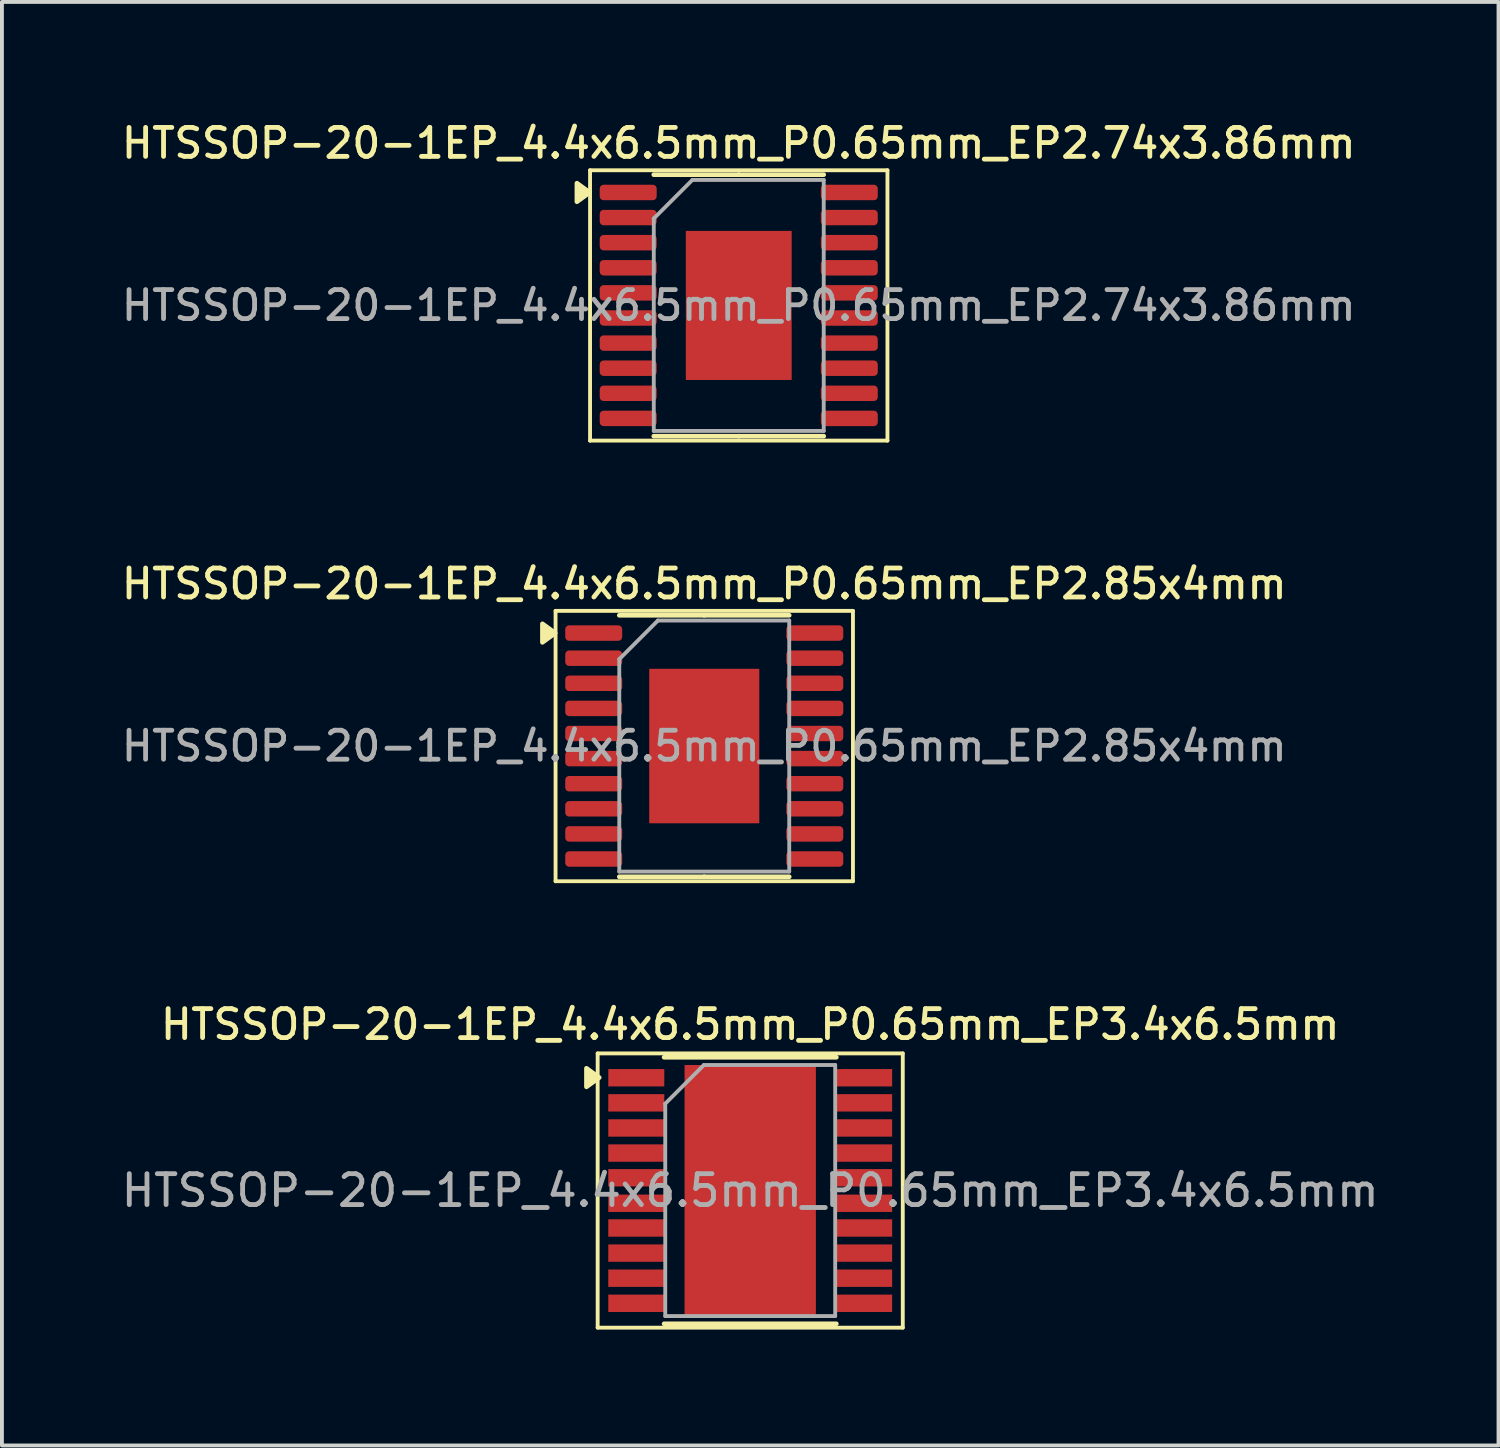
<source format=kicad_pcb>
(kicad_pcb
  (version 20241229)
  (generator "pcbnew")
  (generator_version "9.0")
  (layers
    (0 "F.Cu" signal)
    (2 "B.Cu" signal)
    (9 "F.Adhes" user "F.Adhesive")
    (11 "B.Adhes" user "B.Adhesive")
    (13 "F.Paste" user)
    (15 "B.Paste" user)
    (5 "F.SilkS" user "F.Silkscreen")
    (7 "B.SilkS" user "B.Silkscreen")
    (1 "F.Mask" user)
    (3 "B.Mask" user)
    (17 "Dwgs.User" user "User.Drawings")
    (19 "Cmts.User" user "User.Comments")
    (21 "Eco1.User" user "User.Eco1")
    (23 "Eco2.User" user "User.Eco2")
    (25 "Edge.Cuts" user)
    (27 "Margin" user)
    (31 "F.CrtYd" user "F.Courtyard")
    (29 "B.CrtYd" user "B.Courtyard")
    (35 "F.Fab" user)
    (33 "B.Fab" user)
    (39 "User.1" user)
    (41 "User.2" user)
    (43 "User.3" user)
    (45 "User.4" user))
  (footprint "HTSSOP-20-1EP_4.4x6.5mm_P0.65mm_EP3.4x6.5mm"
    (layer "F.Cu")
    (at 16.374 27.774)
    (property "Reference" "HTSSOP-20-1EP_4.4x6.5mm_P0.65mm_EP3.4x6.5mm" (at 0 -4.3 0) (layer "F.SilkS") (effects (font (size 0.75 0.75) (thickness 0.125))))
    (attr smd)
    (fp_line (start -3.95 -3.55) (end -3.95 3.55) (stroke (width 0.1) (type solid)) (layer "F.SilkS"))
    (fp_line (start -3.95 -3.55) (end 3.95 -3.55) (stroke (width 0.1) (type solid)) (layer "F.SilkS"))
    (fp_line (start -3.95 3.55) (end 3.95 3.55) (stroke (width 0.1) (type solid)) (layer "F.SilkS"))
    (fp_line (start -2.23 -3.45) (end 2.23 -3.45) (stroke (width 0.12) (type solid)) (layer "F.SilkS"))
    (fp_line (start -2.23 3.45) (end 2.23 3.45) (stroke (width 0.12) (type solid)) (layer "F.SilkS"))
    (fp_line (start 3.95 -3.55) (end 3.95 3.55) (stroke (width 0.1) (type solid)) (layer "F.SilkS"))
    (fp_poly (pts (xy -3.91 -2.925) (xy -4.24 -3.165) (xy -4.24 -2.685) (xy -3.91 -2.925)) (stroke (width 0.12) (type solid)) (fill yes) (layer "F.SilkS"))
    (fp_line (start -2.2 -2.25) (end -1.2 -3.25) (stroke (width 0.1) (type solid)) (layer "F.Fab"))
    (fp_line (start -2.2 3.25) (end -2.2 -2.25) (stroke (width 0.1) (type solid)) (layer "F.Fab"))
    (fp_line (start -1.2 -3.25) (end 2.2 -3.25) (stroke (width 0.1) (type solid)) (layer "F.Fab"))
    (fp_line (start 2.2 -3.25) (end 2.2 3.25) (stroke (width 0.1) (type solid)) (layer "F.Fab"))
    (fp_line (start 2.2 3.25) (end -2.2 3.25) (stroke (width 0.1) (type solid)) (layer "F.Fab"))
    (fp_text user "${REFERENCE}" (at 0 0 0) (layer "F.Fab") (effects (font (size 0.8 0.8) (thickness 0.125))))
    (pad "" smd rect (at -0.85 -2.438) (size 1.4 1.325) (layers "F.Paste"))
    (pad "" smd rect (at -0.85 -0.812) (size 1.4 1.325) (layers "F.Paste"))
    (pad "" smd rect (at -0.85 0.812) (size 1.4 1.325) (layers "F.Paste"))
    (pad "" smd rect (at -0.85 2.438) (size 1.4 1.325) (layers "F.Paste"))
    (pad "" smd rect (at 0.85 -2.438) (size 1.4 1.325) (layers "F.Paste"))
    (pad "" smd rect (at 0.85 -0.812) (size 1.4 1.325) (layers "F.Paste"))
    (pad "" smd rect (at 0.85 0.812) (size 1.4 1.325) (layers "F.Paste"))
    (pad "" smd rect (at 0.85 2.438) (size 1.4 1.325) (layers "F.Paste"))
    (pad "1" smd rect (at -2.95 -2.92) (size 1.45 0.45) (layers "F.Cu" "F.Mask" "F.Paste"))
    (pad "2" smd rect (at -2.95 -2.27) (size 1.45 0.45) (layers "F.Cu" "F.Mask" "F.Paste"))
    (pad "3" smd rect (at -2.95 -1.62) (size 1.45 0.45) (layers "F.Cu" "F.Mask" "F.Paste"))
    (pad "4" smd rect (at -2.95 -0.97) (size 1.45 0.45) (layers "F.Cu" "F.Mask" "F.Paste"))
    (pad "5" smd rect (at -2.95 -0.33) (size 1.45 0.45) (layers "F.Cu" "F.Mask" "F.Paste"))
    (pad "6" smd rect (at -2.95 0.33) (size 1.45 0.45) (layers "F.Cu" "F.Mask" "F.Paste"))
    (pad "7" smd rect (at -2.95 0.97) (size 1.45 0.45) (layers "F.Cu" "F.Mask" "F.Paste"))
    (pad "8" smd rect (at -2.95 1.62) (size 1.45 0.45) (layers "F.Cu" "F.Mask" "F.Paste"))
    (pad "9" smd rect (at -2.95 2.27) (size 1.45 0.45) (layers "F.Cu" "F.Mask" "F.Paste"))
    (pad "10" smd rect (at -2.95 2.92) (size 1.45 0.45) (layers "F.Cu" "F.Mask" "F.Paste"))
    (pad "11" smd rect (at 2.95 2.92) (size 1.45 0.45) (layers "F.Cu" "F.Mask" "F.Paste"))
    (pad "12" smd rect (at 2.95 2.27) (size 1.45 0.45) (layers "F.Cu" "F.Mask" "F.Paste"))
    (pad "13" smd rect (at 2.95 1.62) (size 1.45 0.45) (layers "F.Cu" "F.Mask" "F.Paste"))
    (pad "14" smd rect (at 2.95 0.97) (size 1.45 0.45) (layers "F.Cu" "F.Mask" "F.Paste"))
    (pad "15" smd rect (at 2.95 0.33) (size 1.45 0.45) (layers "F.Cu" "F.Mask" "F.Paste"))
    (pad "16" smd rect (at 2.95 -0.33) (size 1.45 0.45) (layers "F.Cu" "F.Mask" "F.Paste"))
    (pad "17" smd rect (at 2.95 -0.97) (size 1.45 0.45) (layers "F.Cu" "F.Mask" "F.Paste"))
    (pad "18" smd rect (at 2.95 -1.62) (size 1.45 0.45) (layers "F.Cu" "F.Mask" "F.Paste"))
    (pad "19" smd rect (at 2.95 -2.27) (size 1.45 0.45) (layers "F.Cu" "F.Mask" "F.Paste"))
    (pad "20" smd rect (at 2.95 -2.92) (size 1.45 0.45) (layers "F.Cu" "F.Mask" "F.Paste"))
    (pad "21" smd rect (at 0 0) (size 3.4 6.5) (layers "F.Cu" "F.Mask")))
  (footprint "HTSSOP-20-1EP_4.4x6.5mm_P0.65mm_EP2.74x3.86mm"
    (layer "F.Cu")
    (at 16.077 4.858)
    (property "Reference" "HTSSOP-20-1EP_4.4x6.5mm_P0.65mm_EP2.74x3.86mm" (at 0 -4.2 0) (layer "F.SilkS") (effects (font (size 0.75 0.75) (thickness 0.125))))
    (attr smd)
    (fp_line (start -3.85 -3.5) (end -3.85 3.5) (stroke (width 0.1) (type solid)) (layer "F.SilkS"))
    (fp_line (start -3.85 3.5) (end 3.85 3.5) (stroke (width 0.1) (type solid)) (layer "F.SilkS"))
    (fp_line (start 0 -3.385) (end -2.2 -3.385) (stroke (width 0.12) (type solid)) (layer "F.SilkS"))
    (fp_line (start 0 -3.385) (end 2.2 -3.385) (stroke (width 0.12) (type solid)) (layer "F.SilkS"))
    (fp_line (start 0 3.385) (end -2.2 3.385) (stroke (width 0.12) (type solid)) (layer "F.SilkS"))
    (fp_line (start 0 3.385) (end 2.2 3.385) (stroke (width 0.12) (type solid)) (layer "F.SilkS"))
    (fp_line (start 3.85 -3.5) (end -3.85 -3.5) (stroke (width 0.1) (type solid)) (layer "F.SilkS"))
    (fp_line (start 3.85 3.5) (end 3.85 -3.5) (stroke (width 0.1) (type solid)) (layer "F.SilkS"))
    (fp_poly (pts (xy -3.86 -2.925) (xy -4.19 -3.165) (xy -4.19 -2.685) (xy -3.86 -2.925)) (stroke (width 0.12) (type solid)) (fill yes) (layer "F.SilkS"))
    (fp_line (start -2.2 -2.25) (end -1.2 -3.25) (stroke (width 0.1) (type solid)) (layer "F.Fab"))
    (fp_line (start -2.2 3.25) (end -2.2 -2.25) (stroke (width 0.1) (type solid)) (layer "F.Fab"))
    (fp_line (start -1.2 -3.25) (end 2.2 -3.25) (stroke (width 0.1) (type solid)) (layer "F.Fab"))
    (fp_line (start 2.2 -3.25) (end 2.2 3.25) (stroke (width 0.1) (type solid)) (layer "F.Fab"))
    (fp_line (start 2.2 3.25) (end -2.2 3.25) (stroke (width 0.1) (type solid)) (layer "F.Fab"))
    (fp_text user "${REFERENCE}" (at 0 0 0) (layer "F.Fab") (effects (font (size 0.75 0.75) (thickness 0.125))))
    (pad "" smd roundrect (at 0 -0.965) (size 2.21 1.56) (layers "F.Paste") (roundrect_rratio 0.16))
    (pad "" smd roundrect (at 0 0.965) (size 2.21 1.56) (layers "F.Paste") (roundrect_rratio 0.16))
    (pad "1" smd roundrect (at -2.862 -2.925) (size 1.475 0.4) (layers "F.Cu" "F.Mask" "F.Paste") (roundrect_rratio 0.25))
    (pad "2" smd roundrect (at -2.862 -2.275) (size 1.475 0.4) (layers "F.Cu" "F.Mask" "F.Paste") (roundrect_rratio 0.25))
    (pad "3" smd roundrect (at -2.862 -1.625) (size 1.475 0.4) (layers "F.Cu" "F.Mask" "F.Paste") (roundrect_rratio 0.25))
    (pad "4" smd roundrect (at -2.862 -0.975) (size 1.475 0.4) (layers "F.Cu" "F.Mask" "F.Paste") (roundrect_rratio 0.25))
    (pad "5" smd roundrect (at -2.862 -0.325) (size 1.475 0.4) (layers "F.Cu" "F.Mask" "F.Paste") (roundrect_rratio 0.25))
    (pad "6" smd roundrect (at -2.862 0.325) (size 1.475 0.4) (layers "F.Cu" "F.Mask" "F.Paste") (roundrect_rratio 0.25))
    (pad "7" smd roundrect (at -2.862 0.975) (size 1.475 0.4) (layers "F.Cu" "F.Mask" "F.Paste") (roundrect_rratio 0.25))
    (pad "8" smd roundrect (at -2.862 1.625) (size 1.475 0.4) (layers "F.Cu" "F.Mask" "F.Paste") (roundrect_rratio 0.25))
    (pad "9" smd roundrect (at -2.862 2.275) (size 1.475 0.4) (layers "F.Cu" "F.Mask" "F.Paste") (roundrect_rratio 0.25))
    (pad "10" smd roundrect (at -2.862 2.925) (size 1.475 0.4) (layers "F.Cu" "F.Mask" "F.Paste") (roundrect_rratio 0.25))
    (pad "11" smd roundrect (at 2.862 2.925) (size 1.475 0.4) (layers "F.Cu" "F.Mask" "F.Paste") (roundrect_rratio 0.25))
    (pad "12" smd roundrect (at 2.862 2.275) (size 1.475 0.4) (layers "F.Cu" "F.Mask" "F.Paste") (roundrect_rratio 0.25))
    (pad "13" smd roundrect (at 2.862 1.625) (size 1.475 0.4) (layers "F.Cu" "F.Mask" "F.Paste") (roundrect_rratio 0.25))
    (pad "14" smd roundrect (at 2.862 0.975) (size 1.475 0.4) (layers "F.Cu" "F.Mask" "F.Paste") (roundrect_rratio 0.25))
    (pad "15" smd roundrect (at 2.862 0.325) (size 1.475 0.4) (layers "F.Cu" "F.Mask" "F.Paste") (roundrect_rratio 0.25))
    (pad "16" smd roundrect (at 2.862 -0.325) (size 1.475 0.4) (layers "F.Cu" "F.Mask" "F.Paste") (roundrect_rratio 0.25))
    (pad "17" smd roundrect (at 2.862 -0.975) (size 1.475 0.4) (layers "F.Cu" "F.Mask" "F.Paste") (roundrect_rratio 0.25))
    (pad "18" smd roundrect (at 2.862 -1.625) (size 1.475 0.4) (layers "F.Cu" "F.Mask" "F.Paste") (roundrect_rratio 0.25))
    (pad "19" smd roundrect (at 2.862 -2.275) (size 1.475 0.4) (layers "F.Cu" "F.Mask" "F.Paste") (roundrect_rratio 0.25))
    (pad "20" smd roundrect (at 2.862 -2.925) (size 1.475 0.4) (layers "F.Cu" "F.Mask" "F.Paste") (roundrect_rratio 0.25))
    (pad "21" smd rect (at 0 0) (size 2.74 3.86) (property pad_prop_heatsink) (layers "F.Cu" "F.Mask")))
  (footprint "HTSSOP-20-1EP_4.4x6.5mm_P0.65mm_EP2.85x4mm"
    (layer "F.Cu")
    (at 15.184 16.266)
    (property "Reference" "HTSSOP-20-1EP_4.4x6.5mm_P0.65mm_EP2.85x4mm" (at 0 -4.2 0) (layer "F.SilkS") (effects (font (size 0.75 0.75) (thickness 0.125))))
    (attr smd)
    (fp_line (start -3.85 -3.5) (end -3.85 3.5) (stroke (width 0.1) (type solid)) (layer "F.SilkS"))
    (fp_line (start -3.85 3.5) (end 3.85 3.5) (stroke (width 0.1) (type solid)) (layer "F.SilkS"))
    (fp_line (start 0 -3.385) (end -2.2 -3.385) (stroke (width 0.12) (type solid)) (layer "F.SilkS"))
    (fp_line (start 0 -3.385) (end 2.2 -3.385) (stroke (width 0.12) (type solid)) (layer "F.SilkS"))
    (fp_line (start 0 3.385) (end -2.2 3.385) (stroke (width 0.12) (type solid)) (layer "F.SilkS"))
    (fp_line (start 0 3.385) (end 2.2 3.385) (stroke (width 0.12) (type solid)) (layer "F.SilkS"))
    (fp_line (start 3.85 -3.5) (end -3.85 -3.5) (stroke (width 0.1) (type solid)) (layer "F.SilkS"))
    (fp_line (start 3.85 3.5) (end 3.85 -3.5) (stroke (width 0.1) (type solid)) (layer "F.SilkS"))
    (fp_poly (pts (xy -3.86 -2.925) (xy -4.19 -3.165) (xy -4.19 -2.685) (xy -3.86 -2.925)) (stroke (width 0.12) (type solid)) (fill yes) (layer "F.SilkS"))
    (fp_line (start -2.2 -2.25) (end -1.2 -3.25) (stroke (width 0.1) (type solid)) (layer "F.Fab"))
    (fp_line (start -2.2 3.25) (end -2.2 -2.25) (stroke (width 0.1) (type solid)) (layer "F.Fab"))
    (fp_line (start -1.2 -3.25) (end 2.2 -3.25) (stroke (width 0.1) (type solid)) (layer "F.Fab"))
    (fp_line (start 2.2 -3.25) (end 2.2 3.25) (stroke (width 0.1) (type solid)) (layer "F.Fab"))
    (fp_line (start 2.2 3.25) (end -2.2 3.25) (stroke (width 0.1) (type solid)) (layer "F.Fab"))
    (fp_text user "${REFERENCE}" (at 0 0 0) (layer "F.Fab") (effects (font (size 0.75 0.75) (thickness 0.125))))
    (pad "" smd roundrect (at 0 -1) (size 2.3 1.61) (layers "F.Paste") (roundrect_rratio 0.155))
    (pad "" smd roundrect (at 0 1) (size 2.3 1.61) (layers "F.Paste") (roundrect_rratio 0.155))
    (pad "1" smd roundrect (at -2.862 -2.925) (size 1.475 0.4) (layers "F.Cu" "F.Mask" "F.Paste") (roundrect_rratio 0.25))
    (pad "2" smd roundrect (at -2.862 -2.275) (size 1.475 0.4) (layers "F.Cu" "F.Mask" "F.Paste") (roundrect_rratio 0.25))
    (pad "3" smd roundrect (at -2.862 -1.625) (size 1.475 0.4) (layers "F.Cu" "F.Mask" "F.Paste") (roundrect_rratio 0.25))
    (pad "4" smd roundrect (at -2.862 -0.975) (size 1.475 0.4) (layers "F.Cu" "F.Mask" "F.Paste") (roundrect_rratio 0.25))
    (pad "5" smd roundrect (at -2.862 -0.325) (size 1.475 0.4) (layers "F.Cu" "F.Mask" "F.Paste") (roundrect_rratio 0.25))
    (pad "6" smd roundrect (at -2.862 0.325) (size 1.475 0.4) (layers "F.Cu" "F.Mask" "F.Paste") (roundrect_rratio 0.25))
    (pad "7" smd roundrect (at -2.862 0.975) (size 1.475 0.4) (layers "F.Cu" "F.Mask" "F.Paste") (roundrect_rratio 0.25))
    (pad "8" smd roundrect (at -2.862 1.625) (size 1.475 0.4) (layers "F.Cu" "F.Mask" "F.Paste") (roundrect_rratio 0.25))
    (pad "9" smd roundrect (at -2.862 2.275) (size 1.475 0.4) (layers "F.Cu" "F.Mask" "F.Paste") (roundrect_rratio 0.25))
    (pad "10" smd roundrect (at -2.862 2.925) (size 1.475 0.4) (layers "F.Cu" "F.Mask" "F.Paste") (roundrect_rratio 0.25))
    (pad "11" smd roundrect (at 2.862 2.925) (size 1.475 0.4) (layers "F.Cu" "F.Mask" "F.Paste") (roundrect_rratio 0.25))
    (pad "12" smd roundrect (at 2.862 2.275) (size 1.475 0.4) (layers "F.Cu" "F.Mask" "F.Paste") (roundrect_rratio 0.25))
    (pad "13" smd roundrect (at 2.862 1.625) (size 1.475 0.4) (layers "F.Cu" "F.Mask" "F.Paste") (roundrect_rratio 0.25))
    (pad "14" smd roundrect (at 2.862 0.975) (size 1.475 0.4) (layers "F.Cu" "F.Mask" "F.Paste") (roundrect_rratio 0.25))
    (pad "15" smd roundrect (at 2.862 0.325) (size 1.475 0.4) (layers "F.Cu" "F.Mask" "F.Paste") (roundrect_rratio 0.25))
    (pad "16" smd roundrect (at 2.862 -0.325) (size 1.475 0.4) (layers "F.Cu" "F.Mask" "F.Paste") (roundrect_rratio 0.25))
    (pad "17" smd roundrect (at 2.862 -0.975) (size 1.475 0.4) (layers "F.Cu" "F.Mask" "F.Paste") (roundrect_rratio 0.25))
    (pad "18" smd roundrect (at 2.862 -1.625) (size 1.475 0.4) (layers "F.Cu" "F.Mask" "F.Paste") (roundrect_rratio 0.25))
    (pad "19" smd roundrect (at 2.862 -2.275) (size 1.475 0.4) (layers "F.Cu" "F.Mask" "F.Paste") (roundrect_rratio 0.25))
    (pad "20" smd roundrect (at 2.862 -2.925) (size 1.475 0.4) (layers "F.Cu" "F.Mask" "F.Paste") (roundrect_rratio 0.25))
    (pad "21" smd rect (at 0 0) (size 2.85 4) (property pad_prop_heatsink) (layers "F.Cu" "F.Mask")))
  (gr_rect
    (start -3 -3)
    (end 35.748 34.374)
    (stroke (width 0.1) (type default))
    (fill no)
    (layer "Edge.Cuts")))
</source>
